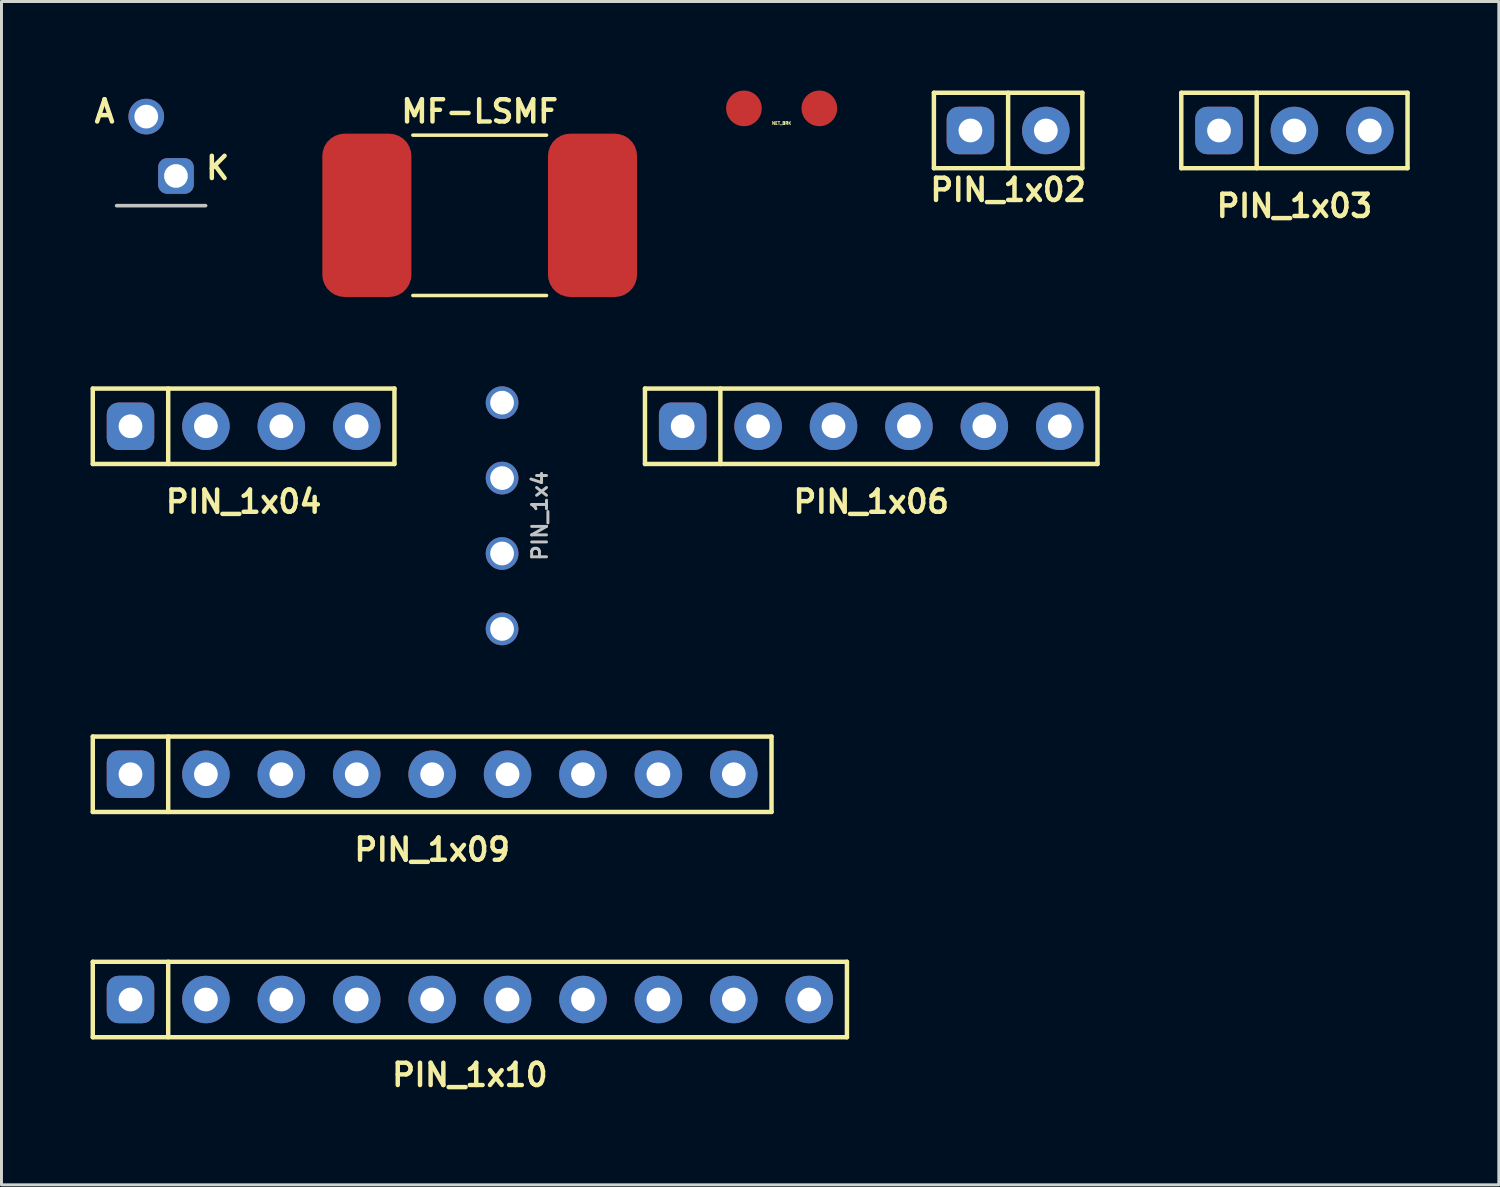
<source format=kicad_pcb>
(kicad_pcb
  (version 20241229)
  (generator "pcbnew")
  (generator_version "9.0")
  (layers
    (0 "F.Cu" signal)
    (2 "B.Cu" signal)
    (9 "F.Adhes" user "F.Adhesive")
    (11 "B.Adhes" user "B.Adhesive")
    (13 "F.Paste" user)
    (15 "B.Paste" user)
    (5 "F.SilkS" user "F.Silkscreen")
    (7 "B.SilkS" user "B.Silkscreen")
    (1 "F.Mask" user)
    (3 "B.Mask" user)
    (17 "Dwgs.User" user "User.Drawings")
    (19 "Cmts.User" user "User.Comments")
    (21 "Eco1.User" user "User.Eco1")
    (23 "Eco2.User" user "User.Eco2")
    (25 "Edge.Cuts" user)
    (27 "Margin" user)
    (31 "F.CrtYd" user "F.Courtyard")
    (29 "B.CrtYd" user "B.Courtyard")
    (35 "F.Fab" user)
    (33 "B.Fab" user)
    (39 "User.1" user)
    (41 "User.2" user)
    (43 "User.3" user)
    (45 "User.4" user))
  (footprint "PIN_1x4"
    (layer "F.Cu")
    (at 13.86 14.322)
    (property "Reference" "PIN_1x4" (at 1.27 0 90) (layer "Dwgs.User") (effects (font (size 0.5 0.5) (thickness 0.1))))
    (attr through_hole)
    (pad "1" thru_hole circle (at 0 -3.81) (size 1.1 1.1) (drill 0.8) (layers "*.Cu" "*.Mask"))
    (pad "2" thru_hole circle (at 0 -1.27) (size 1.1 1.1) (drill 0.8) (layers "*.Cu" "*.Mask"))
    (pad "3" thru_hole circle (at 0 1.27) (size 1.1 1.1) (drill 0.8) (layers "*.Cu" "*.Mask"))
    (pad "4" thru_hole circle (at 0 3.81) (size 1.1 1.1) (drill 0.8) (layers "*.Cu" "*.Mask")))
  (footprint "PIN_1x02"
    (layer "F.Cu")
    (at 30.904 1.345)
    (property "Reference" "PIN_1x02" (at 0 2 0) (layer "F.SilkS") (effects (font (size 0.75 0.75) (thickness 0.15))))
    (attr through_hole)
    (fp_line (start -2.5 -1.27) (end -2.5 1.27) (stroke (width 0.15) (type solid)) (layer "F.SilkS"))
    (fp_line (start -2.5 -1.27) (end 2.5 -1.27) (stroke (width 0.15) (type solid)) (layer "F.SilkS"))
    (fp_line (start 0 1.27) (end 0 -1.27) (stroke (width 0.15) (type solid)) (layer "F.SilkS"))
    (fp_line (start 2.5 -1.27) (end 2.5 1.27) (stroke (width 0.15) (type solid)) (layer "F.SilkS"))
    (fp_line (start 2.5 1.27) (end -2.5 1.27) (stroke (width 0.15) (type solid)) (layer "F.SilkS"))
    (pad "1" thru_hole roundrect (at -1.27 0) (size 1.6 1.6) (drill 0.8) (layers "*.Cu" "*.Mask") (roundrect_rratio 0.25))
    (pad "2" thru_hole circle (at 1.27 0) (size 1.6 1.6) (drill 0.8) (layers "*.Cu" "*.Mask")))
  (footprint "PIN_1x10"
    (layer "F.Cu")
    (at 12.775 30.614)
    (property "Reference" "PIN_1x10" (at 0 2.54 0) (layer "F.SilkS") (effects (font (size 0.75 0.75) (thickness 0.15))))
    (attr through_hole)
    (fp_line (start -12.7 -1.27) (end -12.7 1.27) (stroke (width 0.15) (type solid)) (layer "F.SilkS"))
    (fp_line (start -12.7 -1.27) (end 12.7 -1.27) (stroke (width 0.15) (type solid)) (layer "F.SilkS"))
    (fp_line (start -10.16 1.27) (end -10.16 -1.27) (stroke (width 0.15) (type solid)) (layer "F.SilkS"))
    (fp_line (start 12.7 -1.27) (end 12.7 1.27) (stroke (width 0.15) (type solid)) (layer "F.SilkS"))
    (fp_line (start 12.7 1.27) (end -12.7 1.27) (stroke (width 0.15) (type solid)) (layer "F.SilkS"))
    (pad "1" thru_hole roundrect (at -11.43 0) (size 1.6 1.6) (drill 0.8) (layers "*.Cu" "*.Mask") (roundrect_rratio 0.25))
    (pad "2" thru_hole circle (at -8.89 0) (size 1.6 1.6) (drill 0.8) (layers "*.Cu" "*.Mask"))
    (pad "3" thru_hole circle (at -6.35 0) (size 1.6 1.6) (drill 0.8) (layers "*.Cu" "*.Mask"))
    (pad "4" thru_hole circle (at -3.81 0) (size 1.6 1.6) (drill 0.8) (layers "*.Cu" "*.Mask"))
    (pad "5" thru_hole circle (at -1.27 0) (size 1.6 1.6) (drill 0.8) (layers "*.Cu" "*.Mask"))
    (pad "6" thru_hole circle (at 1.27 0) (size 1.6 1.6) (drill 0.8) (layers "*.Cu" "*.Mask"))
    (pad "7" thru_hole circle (at 3.81 0) (size 1.6 1.6) (drill 0.8) (layers "*.Cu" "*.Mask"))
    (pad "8" thru_hole circle (at 6.35 0) (size 1.6 1.6) (drill 0.8) (layers "*.Cu" "*.Mask"))
    (pad "9" thru_hole circle (at 8.89 0) (size 1.6 1.6) (drill 0.8) (layers "*.Cu" "*.Mask"))
    (pad "10" thru_hole circle (at 11.43 0) (size 1.6 1.6) (drill 0.8) (layers "*.Cu" "*.Mask")))
  (footprint "PIN_1x03"
    (layer "F.Cu")
    (at 40.546 1.345)
    (property "Reference" "PIN_1x03" (at 0 2.54 0) (layer "F.SilkS") (effects (font (size 0.75 0.75) (thickness 0.15))))
    (attr through_hole)
    (fp_line (start -3.81 -1.27) (end -3.81 1.27) (stroke (width 0.15) (type solid)) (layer "F.SilkS"))
    (fp_line (start -3.81 -1.27) (end 3.81 -1.27) (stroke (width 0.15) (type solid)) (layer "F.SilkS"))
    (fp_line (start -1.27 1.27) (end -1.27 -1.27) (stroke (width 0.15) (type solid)) (layer "F.SilkS"))
    (fp_line (start 3.81 -1.27) (end 3.81 1.27) (stroke (width 0.15) (type solid)) (layer "F.SilkS"))
    (fp_line (start 3.81 1.27) (end -3.81 1.27) (stroke (width 0.15) (type solid)) (layer "F.SilkS"))
    (pad "1" thru_hole roundrect (at -2.54 0) (size 1.6 1.6) (drill 0.8) (layers "*.Cu" "*.Mask") (roundrect_rratio 0.25))
    (pad "2" thru_hole circle (at 0 0) (size 1.6 1.6) (drill 0.8) (layers "*.Cu" "*.Mask"))
    (pad "3" thru_hole circle (at 2.54 0) (size 1.6 1.6) (drill 0.8) (layers "*.Cu" "*.Mask")))
  (footprint "PIN_1x06"
    (layer "F.Cu")
    (at 26.293 11.307)
    (property "Reference" "PIN_1x06" (at 0 2.54 0) (layer "F.SilkS") (effects (font (size 0.75 0.75) (thickness 0.15))))
    (attr through_hole)
    (fp_line (start -7.62 -1.27) (end -7.62 1.27) (stroke (width 0.15) (type solid)) (layer "F.SilkS"))
    (fp_line (start -7.62 -1.27) (end 7.62 -1.27) (stroke (width 0.15) (type solid)) (layer "F.SilkS"))
    (fp_line (start -5.08 1.27) (end -5.08 -1.27) (stroke (width 0.15) (type solid)) (layer "F.SilkS"))
    (fp_line (start 7.62 -1.27) (end 7.62 1.27) (stroke (width 0.15) (type solid)) (layer "F.SilkS"))
    (fp_line (start 7.62 1.27) (end -7.62 1.27) (stroke (width 0.15) (type solid)) (layer "F.SilkS"))
    (pad "1" thru_hole roundrect (at -6.35 0) (size 1.6 1.6) (drill 0.8) (layers "*.Cu" "*.Mask") (roundrect_rratio 0.25))
    (pad "2" thru_hole circle (at -3.81 0) (size 1.6 1.6) (drill 0.8) (layers "*.Cu" "*.Mask"))
    (pad "3" thru_hole circle (at -1.27 0) (size 1.6 1.6) (drill 0.8) (layers "*.Cu" "*.Mask"))
    (pad "4" thru_hole circle (at 1.27 0) (size 1.6 1.6) (drill 0.8) (layers "*.Cu" "*.Mask"))
    (pad "5" thru_hole circle (at 3.81 0 90) (size 1.6 1.6) (drill 0.8) (layers "*.Cu" "*.Mask"))
    (pad "6" thru_hole circle (at 6.35 0) (size 1.6 1.6) (drill 0.8) (layers "*.Cu" "*.Mask")))
  (footprint "MF-LSMF"
    (layer "F.Cu")
    (at 13.106 4.202)
    (property "Reference" "MF-LSMF" (at 0 -3.5 0) (unlocked yes) (layer "F.SilkS") (effects (font (size 0.75 0.75) (thickness 0.15))))
    (attr smd)
    (fp_line (start -2.25 2.7) (end 2.25 2.7) (stroke (width 0.12) (type solid)) (layer "F.SilkS"))
    (fp_line (start 2.25 -2.7) (end -2.25 -2.7) (stroke (width 0.12) (type solid)) (layer "F.SilkS"))
    (pad "1" smd roundrect (at -3.8 0) (size 3 5.5) (layers "F.Cu" "F.Mask" "F.Paste") (roundrect_rratio 0.25))
    (pad "2" smd roundrect (at 3.8 0) (size 3 5.5) (layers "F.Cu" "F.Mask" "F.Paste") (roundrect_rratio 0.25)))
  (footprint "LED_D3.0mm_PCBedge"
    (layer "F.Cu")
    (at 2.376 3.877)
    (property "Reference" "LED_D3.0mm_PCBedge" (at 0.5 -0.5 90) (layer "Dwgs.User") (effects (font (size 0.025 0.025) (thickness 0.001))))
    (attr through_hole)
    (fp_line (start -1.5 0) (end 1.5 0) (stroke (width 0.12) (type solid)) (layer "Dwgs.User"))
    (fp_text user "A" (at -1.905 -3.175 0) (layer "F.SilkS") (effects (font (size 0.75 0.75) (thickness 0.15))))
    (fp_text user "K" (at 1.905 -1.27 0) (layer "F.SilkS") (effects (font (size 0.75 0.75) (thickness 0.15))))
    (pad "1" thru_hole roundrect (at 0.5 -1) (size 1.2 1.2) (drill 0.8) (layers "*.Cu" "*.Mask") (roundrect_rratio 0.25))
    (pad "2" thru_hole circle (at -0.5 -3) (size 1.2 1.2) (drill 0.8) (layers "*.Cu" "*.Mask")))
  (footprint "NET_BRK"
    (layer "F.Cu")
    (at 23.276 0.6)
    (property "Reference" "NET_BRK" (at 0 0.5 0) (layer "F.SilkS") (effects (font (size 0.1 0.1) (thickness 0.025))))
    (attr through_hole)
    (pad "1" smd circle (at -1.27 0) (size 1.2 1.2) (layers "F.Cu" "F.Mask" "F.Paste"))
    (pad "2" smd circle (at 1.27 0) (size 1.2 1.2) (layers "F.Cu" "F.Mask" "F.Paste")))
  (footprint "PIN_1x04"
    (layer "F.Cu")
    (at 5.155 11.307)
    (property "Reference" "PIN_1x04" (at 0 2.54 0) (layer "F.SilkS") (effects (font (size 0.75 0.75) (thickness 0.15))))
    (attr through_hole)
    (fp_line (start -5.08 -1.27) (end -5.08 1.27) (stroke (width 0.15) (type solid)) (layer "F.SilkS"))
    (fp_line (start -5.08 -1.27) (end 5.08 -1.27) (stroke (width 0.15) (type solid)) (layer "F.SilkS"))
    (fp_line (start -2.54 1.27) (end -2.54 -1.27) (stroke (width 0.15) (type solid)) (layer "F.SilkS"))
    (fp_line (start 5.08 -1.27) (end 5.08 1.27) (stroke (width 0.15) (type solid)) (layer "F.SilkS"))
    (fp_line (start 5.08 1.27) (end -5.08 1.27) (stroke (width 0.15) (type solid)) (layer "F.SilkS"))
    (pad "1" thru_hole roundrect (at -3.81 0) (size 1.6 1.6) (drill 0.8) (layers "*.Cu" "*.Mask") (roundrect_rratio 0.25))
    (pad "2" thru_hole circle (at -1.27 0) (size 1.6 1.6) (drill 0.8) (layers "*.Cu" "*.Mask"))
    (pad "3" thru_hole circle (at 1.27 0) (size 1.6 1.6) (drill 0.8) (layers "*.Cu" "*.Mask"))
    (pad "4" thru_hole circle (at 3.81 0) (size 1.6 1.6) (drill 0.8) (layers "*.Cu" "*.Mask")))
  (footprint "PIN_1x09"
    (layer "F.Cu")
    (at 11.505 23.027)
    (property "Reference" "PIN_1x09" (at 0 2.54 0) (layer "F.SilkS") (effects (font (size 0.75 0.75) (thickness 0.15))))
    (attr through_hole)
    (fp_line (start -11.43 -1.27) (end -11.43 1.27) (stroke (width 0.15) (type solid)) (layer "F.SilkS"))
    (fp_line (start -11.43 -1.27) (end 11.43 -1.27) (stroke (width 0.15) (type solid)) (layer "F.SilkS"))
    (fp_line (start -8.89 1.27) (end -8.89 -1.27) (stroke (width 0.15) (type solid)) (layer "F.SilkS"))
    (fp_line (start 11.43 -1.27) (end 11.43 1.27) (stroke (width 0.15) (type solid)) (layer "F.SilkS"))
    (fp_line (start 11.43 1.27) (end -11.43 1.27) (stroke (width 0.15) (type solid)) (layer "F.SilkS"))
    (pad "1" thru_hole roundrect (at -10.16 0) (size 1.6 1.6) (drill 0.8) (layers "*.Cu" "*.Mask") (roundrect_rratio 0.25))
    (pad "2" thru_hole circle (at -7.62 0) (size 1.6 1.6) (drill 0.8) (layers "*.Cu" "*.Mask"))
    (pad "3" thru_hole circle (at -5.08 0) (size 1.6 1.6) (drill 0.8) (layers "*.Cu" "*.Mask"))
    (pad "4" thru_hole circle (at -2.54 0) (size 1.6 1.6) (drill 0.8) (layers "*.Cu" "*.Mask"))
    (pad "5" thru_hole circle (at 0 0) (size 1.6 1.6) (drill 0.8) (layers "*.Cu" "*.Mask"))
    (pad "6" thru_hole circle (at 2.54 0) (size 1.6 1.6) (drill 0.8) (layers "*.Cu" "*.Mask"))
    (pad "7" thru_hole circle (at 5.08 0) (size 1.6 1.6) (drill 0.8) (layers "*.Cu" "*.Mask"))
    (pad "8" thru_hole circle (at 7.62 0) (size 1.6 1.6) (drill 0.8) (layers "*.Cu" "*.Mask"))
    (pad "9" thru_hole circle (at 10.16 0) (size 1.6 1.6) (drill 0.8) (layers "*.Cu" "*.Mask")))
  (gr_rect
    (start -3 -3)
    (end 47.431 36.856)
    (stroke (width 0.1) (type default))
    (fill no)
    (layer "Edge.Cuts")))
</source>
